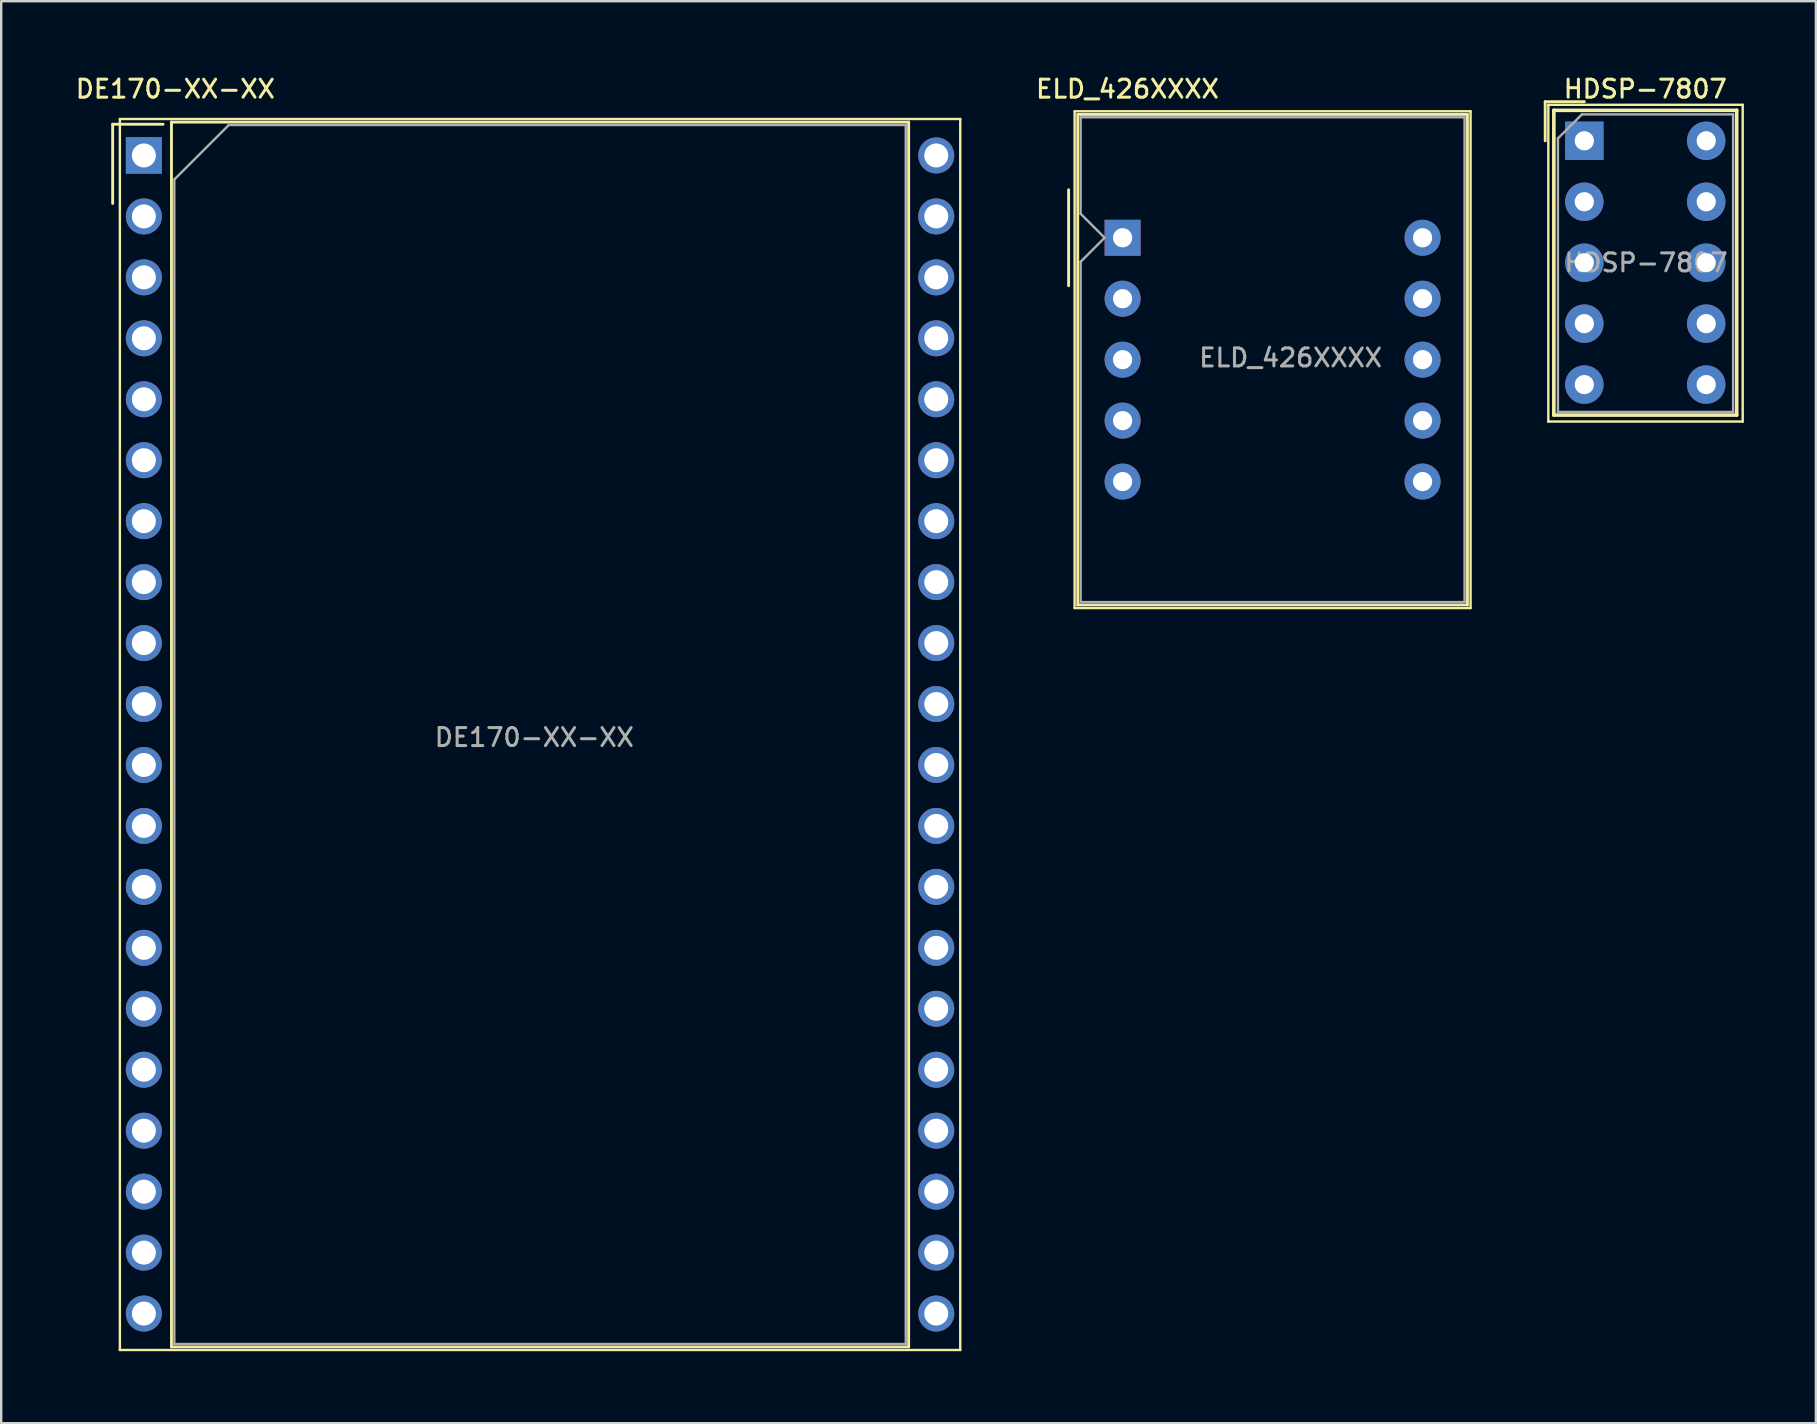
<source format=kicad_pcb>
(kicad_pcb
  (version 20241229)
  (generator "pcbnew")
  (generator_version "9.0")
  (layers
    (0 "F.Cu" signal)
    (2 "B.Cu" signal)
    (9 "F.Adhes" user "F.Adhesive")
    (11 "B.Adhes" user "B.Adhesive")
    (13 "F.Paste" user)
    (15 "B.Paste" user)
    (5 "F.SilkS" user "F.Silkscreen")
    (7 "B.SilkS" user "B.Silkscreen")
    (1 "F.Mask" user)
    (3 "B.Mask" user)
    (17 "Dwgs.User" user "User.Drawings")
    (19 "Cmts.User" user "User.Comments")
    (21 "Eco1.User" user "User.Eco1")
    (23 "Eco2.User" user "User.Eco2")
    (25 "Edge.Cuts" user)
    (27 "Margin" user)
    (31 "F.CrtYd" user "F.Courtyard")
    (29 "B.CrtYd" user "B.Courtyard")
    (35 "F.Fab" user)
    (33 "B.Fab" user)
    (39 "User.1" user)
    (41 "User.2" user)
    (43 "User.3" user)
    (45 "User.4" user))
  (footprint "HDSP-7807"
    (layer "F.Cu")
    (at 62.971 2.817)
    (property "Reference" "HDSP-7807" (at 2.54 -2.159 0) (layer "F.SilkS") (effects (font (size 0.75 0.75) (thickness 0.125))))
    (attr through_hole)
    (fp_line (start -1.63 -1.63) (end 0 -1.63) (stroke (width 0.12) (type solid)) (layer "F.SilkS"))
    (fp_line (start -1.63 0) (end -1.63 -1.63) (stroke (width 0.12) (type solid)) (layer "F.SilkS"))
    (fp_line (start -1.5 -1.5) (end 6.6 -1.5) (stroke (width 0.1) (type solid)) (layer "F.SilkS"))
    (fp_line (start -1.5 11.7) (end -1.5 -1.5) (stroke (width 0.1) (type solid)) (layer "F.SilkS"))
    (fp_line (start -1.27 -1.27) (end -1.27 11.43) (stroke (width 0.15) (type solid)) (layer "F.SilkS"))
    (fp_line (start -1.27 11.43) (end 6.35 11.43) (stroke (width 0.15) (type solid)) (layer "F.SilkS"))
    (fp_line (start 6.35 -1.27) (end -1.27 -1.27) (stroke (width 0.15) (type solid)) (layer "F.SilkS"))
    (fp_line (start 6.35 11.43) (end 6.35 -1.27) (stroke (width 0.15) (type solid)) (layer "F.SilkS"))
    (fp_line (start 6.6 -1.5) (end 6.6 11.7) (stroke (width 0.1) (type solid)) (layer "F.SilkS"))
    (fp_line (start 6.6 11.7) (end -1.5 11.7) (stroke (width 0.1) (type solid)) (layer "F.SilkS"))
    (fp_line (start -1.1 -0.1) (end -0.1 -1.1) (stroke (width 0.1) (type solid)) (layer "F.Fab"))
    (fp_line (start -1.1 11.3) (end -1.1 -0.1) (stroke (width 0.1) (type solid)) (layer "F.Fab"))
    (fp_line (start -0.1 -1.1) (end 6.2 -1.1) (stroke (width 0.1) (type solid)) (layer "F.Fab"))
    (fp_line (start 6.2 -1.1) (end 6.2 11.3) (stroke (width 0.1) (type solid)) (layer "F.Fab"))
    (fp_line (start 6.2 11.3) (end -1.1 11.3) (stroke (width 0.1) (type solid)) (layer "F.Fab"))
    (fp_text user "${REFERENCE}" (at 2.573 5.08 0) (layer "F.Fab") (effects (font (size 0.75 0.75) (thickness 0.125))))
    (pad "1" thru_hole rect (at 0 0) (size 1.6 1.6) (drill 0.8) (layers "*.Cu" "*.Mask"))
    (pad "2" thru_hole circle (at 0 2.54) (size 1.6 1.6) (drill 0.8) (layers "*.Cu" "*.Mask"))
    (pad "3" thru_hole circle (at 0 5.08) (size 1.6 1.6) (drill 0.8) (layers "*.Cu" "*.Mask"))
    (pad "4" thru_hole circle (at 0 7.62) (size 1.6 1.6) (drill 0.8) (layers "*.Cu" "*.Mask"))
    (pad "5" thru_hole circle (at 0 10.16) (size 1.6 1.6) (drill 0.8) (layers "*.Cu" "*.Mask"))
    (pad "6" thru_hole circle (at 5.08 10.16) (size 1.6 1.6) (drill 0.8) (layers "*.Cu" "*.Mask"))
    (pad "7" thru_hole circle (at 5.08 7.62) (size 1.6 1.6) (drill 0.8) (layers "*.Cu" "*.Mask"))
    (pad "8" thru_hole circle (at 5.08 5.08) (size 1.6 1.6) (drill 0.8) (layers "*.Cu" "*.Mask"))
    (pad "9" thru_hole circle (at 5.08 2.54) (size 1.6 1.6) (drill 0.8) (layers "*.Cu" "*.Mask"))
    (pad "10" thru_hole circle (at 5.08 0) (size 1.6 1.6) (drill 0.8) (layers "*.Cu" "*.Mask")))
  (footprint "ELD_426XXXX"
    (layer "F.Cu")
    (at 43.731 6.858)
    (property "Reference" "ELD_426XXXX" (at 0.2 -6.2 0) (layer "F.SilkS") (effects (font (size 0.75 0.75) (thickness 0.125))))
    (attr through_hole)
    (fp_line (start -2.25 -2) (end -2.25 2) (stroke (width 0.12) (type solid)) (layer "F.SilkS"))
    (fp_line (start -2 -5.27) (end 14.5 -5.27) (stroke (width 0.1) (type solid)) (layer "F.SilkS"))
    (fp_line (start -2 15.43) (end -2 -5.27) (stroke (width 0.1) (type solid)) (layer "F.SilkS"))
    (fp_line (start -1.87 -5.14) (end 14.37 -5.14) (stroke (width 0.12) (type solid)) (layer "F.SilkS"))
    (fp_line (start -1.87 15.3) (end -1.87 -5.14) (stroke (width 0.12) (type solid)) (layer "F.SilkS"))
    (fp_line (start 14.37 -5.14) (end 14.37 15.3) (stroke (width 0.12) (type solid)) (layer "F.SilkS"))
    (fp_line (start 14.37 15.3) (end -1.87 15.3) (stroke (width 0.12) (type solid)) (layer "F.SilkS"))
    (fp_line (start 14.5 -5.27) (end 14.5 15.43) (stroke (width 0.1) (type solid)) (layer "F.SilkS"))
    (fp_line (start 14.5 15.43) (end -2 15.43) (stroke (width 0.1) (type solid)) (layer "F.SilkS"))
    (fp_line (start -1.75 -5.02) (end 14.25 -5.02) (stroke (width 0.1) (type solid)) (layer "F.Fab"))
    (fp_line (start -1.75 -1) (end -1.75 -5.02) (stroke (width 0.1) (type solid)) (layer "F.Fab"))
    (fp_line (start -1.75 1) (end -0.75 0) (stroke (width 0.1) (type solid)) (layer "F.Fab"))
    (fp_line (start -1.75 15.18) (end -1.75 1) (stroke (width 0.1) (type solid)) (layer "F.Fab"))
    (fp_line (start -0.75 0) (end -1.75 -1) (stroke (width 0.1) (type solid)) (layer "F.Fab"))
    (fp_line (start 14.25 -5.02) (end 14.25 15.18) (stroke (width 0.1) (type solid)) (layer "F.Fab"))
    (fp_line (start 14.25 15.18) (end -1.75 15.18) (stroke (width 0.1) (type solid)) (layer "F.Fab"))
    (fp_text user "${REFERENCE}" (at 7 5 0) (layer "F.Fab") (effects (font (size 0.75 0.75) (thickness 0.125))))
    (pad "1" thru_hole rect (at 0 0) (size 1.5 1.5) (drill 0.8) (layers "*.Cu" "*.Mask"))
    (pad "2" thru_hole circle (at 0 2.54) (size 1.5 1.5) (drill 0.8) (layers "*.Cu" "*.Mask"))
    (pad "3" thru_hole circle (at 0 5.08) (size 1.5 1.5) (drill 0.8) (layers "*.Cu" "*.Mask"))
    (pad "4" thru_hole circle (at 0 7.62) (size 1.5 1.5) (drill 0.8) (layers "*.Cu" "*.Mask"))
    (pad "5" thru_hole circle (at 0 10.16) (size 1.5 1.5) (drill 0.8) (layers "*.Cu" "*.Mask"))
    (pad "6" thru_hole circle (at 12.5 10.16) (size 1.5 1.5) (drill 0.8) (layers "*.Cu" "*.Mask"))
    (pad "7" thru_hole circle (at 12.5 7.62) (size 1.5 1.5) (drill 0.8) (layers "*.Cu" "*.Mask"))
    (pad "8" thru_hole circle (at 12.5 5.08) (size 1.5 1.5) (drill 0.8) (layers "*.Cu" "*.Mask"))
    (pad "9" thru_hole circle (at 12.5 2.54) (size 1.5 1.5) (drill 0.8) (layers "*.Cu" "*.Mask"))
    (pad "10" thru_hole circle (at 12.5 0) (size 1.5 1.5) (drill 0.8) (layers "*.Cu" "*.Mask")))
  (footprint "DE170-XX-XX"
    (layer "F.Cu")
    (at 2.945 3.428)
    (property "Reference" "DE170-XX-XX" (at 1.31 -2.77 0) (layer "F.SilkS") (effects (font (size 0.75 0.75) (thickness 0.125))))
    (attr through_hole)
    (fp_line (start -1.3 -1.3) (end -1.3 2) (stroke (width 0.12) (type solid)) (layer "F.SilkS"))
    (fp_line (start -1.3 -1.3) (end 0.8 -1.3) (stroke (width 0.12) (type solid)) (layer "F.SilkS"))
    (fp_line (start -1 -1.52) (end 34.02 -1.52) (stroke (width 0.1) (type solid)) (layer "F.SilkS"))
    (fp_line (start -1 49.78) (end -1 -1.52) (stroke (width 0.1) (type solid)) (layer "F.SilkS"))
    (fp_line (start 1.15 -1.39) (end 31.87 -1.39) (stroke (width 0.12) (type solid)) (layer "F.SilkS"))
    (fp_line (start 1.15 49.65) (end 1.15 -1.39) (stroke (width 0.12) (type solid)) (layer "F.SilkS"))
    (fp_line (start 31.87 -1.39) (end 31.87 49.65) (stroke (width 0.12) (type solid)) (layer "F.SilkS"))
    (fp_line (start 31.87 49.65) (end 1.15 49.65) (stroke (width 0.12) (type solid)) (layer "F.SilkS"))
    (fp_line (start 34.02 -1.52) (end 34.02 49.78) (stroke (width 0.1) (type solid)) (layer "F.SilkS"))
    (fp_line (start 34.02 49.78) (end -1 49.78) (stroke (width 0.1) (type solid)) (layer "F.SilkS"))
    (fp_line (start 1.27 1) (end 3.54 -1.27) (stroke (width 0.1) (type solid)) (layer "F.Fab"))
    (fp_line (start 1.27 49.53) (end 1.27 1) (stroke (width 0.1) (type solid)) (layer "F.Fab"))
    (fp_line (start 3.54 -1.27) (end 31.75 -1.27) (stroke (width 0.1) (type solid)) (layer "F.Fab"))
    (fp_line (start 31.75 -1.27) (end 31.75 49.53) (stroke (width 0.1) (type solid)) (layer "F.Fab"))
    (fp_line (start 31.75 49.53) (end 1.27 49.53) (stroke (width 0.1) (type solid)) (layer "F.Fab"))
    (fp_text user "${REFERENCE}" (at 16.27 24.25 0) (layer "F.Fab") (effects (font (size 0.75 0.75) (thickness 0.125))))
    (pad "1" thru_hole rect (at 0 0) (size 1.5 1.524) (drill 1) (layers "*.Cu" "*.Mask"))
    (pad "2" thru_hole circle (at 0 2.54) (size 1.5 1.5) (drill 1) (layers "*.Cu" "*.Mask"))
    (pad "3" thru_hole circle (at 0 5.08) (size 1.5 1.5) (drill 1) (layers "*.Cu" "*.Mask"))
    (pad "4" thru_hole circle (at 0 7.62) (size 1.5 1.5) (drill 1) (layers "*.Cu" "*.Mask"))
    (pad "5" thru_hole circle (at 0 10.16) (size 1.5 1.5) (drill 1) (layers "*.Cu" "*.Mask"))
    (pad "6" thru_hole circle (at 0 12.7) (size 1.5 1.5) (drill 1) (layers "*.Cu" "*.Mask"))
    (pad "7" thru_hole circle (at 0 15.24) (size 1.5 1.5) (drill 1) (layers "*.Cu" "*.Mask"))
    (pad "8" thru_hole circle (at 0 17.78) (size 1.5 1.5) (drill 1) (layers "*.Cu" "*.Mask"))
    (pad "9" thru_hole circle (at 0 20.32) (size 1.5 1.5) (drill 1) (layers "*.Cu" "*.Mask"))
    (pad "10" thru_hole circle (at 0 22.86) (size 1.5 1.5) (drill 1) (layers "*.Cu" "*.Mask"))
    (pad "11" thru_hole circle (at 0 25.4) (size 1.5 1.5) (drill 1) (layers "*.Cu" "*.Mask"))
    (pad "12" thru_hole circle (at 0 27.94) (size 1.5 1.5) (drill 1) (layers "*.Cu" "*.Mask"))
    (pad "13" thru_hole circle (at 0 30.48) (size 1.5 1.5) (drill 1) (layers "*.Cu" "*.Mask"))
    (pad "14" thru_hole circle (at 0 33.02) (size 1.5 1.5) (drill 1) (layers "*.Cu" "*.Mask"))
    (pad "15" thru_hole circle (at 0 35.56) (size 1.5 1.5) (drill 1) (layers "*.Cu" "*.Mask"))
    (pad "16" thru_hole circle (at 0 38.1) (size 1.5 1.5) (drill 1) (layers "*.Cu" "*.Mask"))
    (pad "17" thru_hole circle (at 0 40.64) (size 1.5 1.5) (drill 1) (layers "*.Cu" "*.Mask"))
    (pad "18" thru_hole circle (at 0 43.18) (size 1.5 1.5) (drill 1) (layers "*.Cu" "*.Mask"))
    (pad "19" thru_hole circle (at 0 45.72) (size 1.5 1.5) (drill 1) (layers "*.Cu" "*.Mask"))
    (pad "20" thru_hole circle (at 0 48.26) (size 1.5 1.5) (drill 1) (layers "*.Cu" "*.Mask"))
    (pad "21" thru_hole circle (at 33.02 48.26) (size 1.5 1.5) (drill 1) (layers "*.Cu" "*.Mask"))
    (pad "22" thru_hole circle (at 33.02 45.72) (size 1.5 1.5) (drill 1) (layers "*.Cu" "*.Mask"))
    (pad "23" thru_hole circle (at 33.02 43.18) (size 1.5 1.5) (drill 1) (layers "*.Cu" "*.Mask"))
    (pad "24" thru_hole circle (at 33.02 40.64) (size 1.5 1.5) (drill 1) (layers "*.Cu" "*.Mask"))
    (pad "25" thru_hole circle (at 33.02 38.1) (size 1.5 1.5) (drill 1) (layers "*.Cu" "*.Mask"))
    (pad "26" thru_hole circle (at 33.02 35.56) (size 1.5 1.5) (drill 1) (layers "*.Cu" "*.Mask"))
    (pad "27" thru_hole circle (at 33.02 33.02) (size 1.5 1.5) (drill 1) (layers "*.Cu" "*.Mask"))
    (pad "28" thru_hole circle (at 33.02 30.48) (size 1.5 1.5) (drill 1) (layers "*.Cu" "*.Mask"))
    (pad "29" thru_hole circle (at 33.02 27.94) (size 1.5 1.5) (drill 1) (layers "*.Cu" "*.Mask"))
    (pad "30" thru_hole circle (at 33.02 25.4) (size 1.5 1.5) (drill 1) (layers "*.Cu" "*.Mask"))
    (pad "31" thru_hole circle (at 33.02 22.86) (size 1.5 1.5) (drill 1) (layers "*.Cu" "*.Mask"))
    (pad "32" thru_hole circle (at 33.02 20.32) (size 1.5 1.5) (drill 1) (layers "*.Cu" "*.Mask"))
    (pad "33" thru_hole circle (at 33.02 17.78) (size 1.5 1.5) (drill 1) (layers "*.Cu" "*.Mask"))
    (pad "34" thru_hole circle (at 33.02 15.24) (size 1.5 1.5) (drill 1) (layers "*.Cu" "*.Mask"))
    (pad "35" thru_hole circle (at 33.02 12.7) (size 1.5 1.5) (drill 1) (layers "*.Cu" "*.Mask"))
    (pad "36" thru_hole circle (at 33.02 10.16) (size 1.5 1.5) (drill 1) (layers "*.Cu" "*.Mask"))
    (pad "37" thru_hole circle (at 33.02 7.62) (size 1.5 1.5) (drill 1) (layers "*.Cu" "*.Mask"))
    (pad "38" thru_hole circle (at 33.02 5.08) (size 1.5 1.5) (drill 1) (layers "*.Cu" "*.Mask"))
    (pad "39" thru_hole circle (at 33.02 2.54) (size 1.5 1.5) (drill 1) (layers "*.Cu" "*.Mask"))
    (pad "40" thru_hole circle (at 33.02 0) (size 1.5 1.5) (drill 1) (layers "*.Cu" "*.Mask")))
  (gr_rect
    (start -3 -3)
    (end 72.621 56.258)
    (stroke (width 0.1) (type default))
    (fill no)
    (layer "Edge.Cuts")))
</source>
